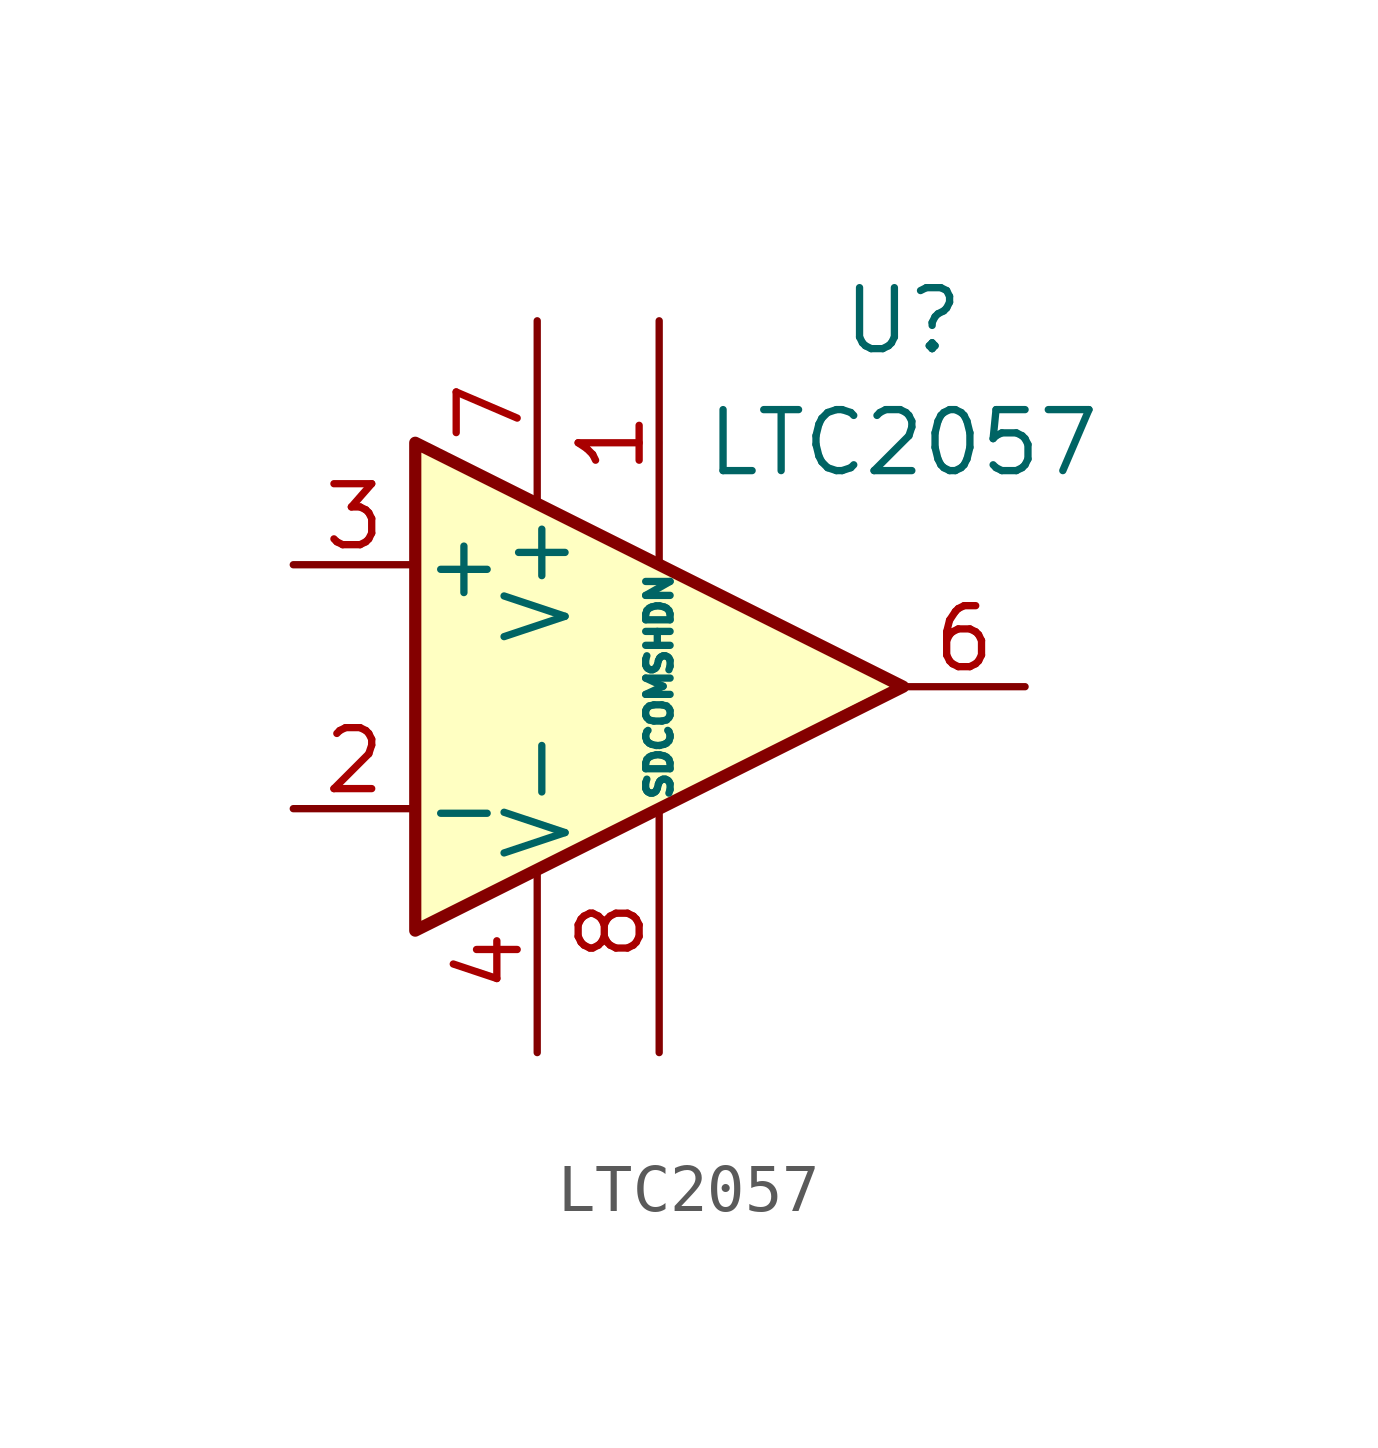
<source format=kicad_sym>
(kicad_symbol_lib
  (version 20211014)
  (generator kicad_symbol_editor)
  (symbol "LTC2057"
    (pin_names
      (offset 0.127))
    (property "Reference" "U"
      (at 5.08 7.62 0)
      (effects (font (size 1.27 1.27))))
    (property "Value" "LTC2057"
      (at 5.08 5.08 0)
      (effects (font (size 1.27 1.27))))
    (symbol "LTC2057_0_1"
      (polyline (pts (xy -5.08 5.08) (xy -5.08 -5.08) (xy 5.08 0) (xy -5.08 5.08)) (stroke (width 0.254) (type default) (color 0 0 0 0)) (fill (type background))))
    (symbol "LTC2057_1_1"
      (pin input line (at 0 7.62 270) (length 5.08) (name "SHDN" (effects (font (size 0.508 0.508)))) (number "1" (effects (font (size 1.27 1.27)))))
      (pin input line (at -7.62 -2.54 0) (length 2.54) (name "-" (effects (font (size 1.27 1.27)))) (number "2" (effects (font (size 1.27 1.27)))))
      (pin input line (at -7.62 2.54 0) (length 2.54) (name "+" (effects (font (size 1.27 1.27)))) (number "3" (effects (font (size 1.27 1.27)))))
      (pin power_in line (at -2.54 -7.62 90) (length 3.81) (name "V-" (effects (font (size 1.27 1.27)))) (number "4" (effects (font (size 1.27 1.27)))))
      (pin output line (at 7.62 0 180) (length 2.54) (name "~" (effects (font (size 1.27 1.27)))) (number "6" (effects (font (size 1.27 1.27)))))
      (pin power_in line (at -2.54 7.62 270) (length 3.81) (name "V+" (effects (font (size 1.27 1.27)))) (number "7" (effects (font (size 1.27 1.27)))))
      (pin input line (at 0 -7.62 90) (length 5.08) (name "SDCOM" (effects (font (size 0.508 0.508)))) (number "8" (effects (font (size 1.27 1.27))))))))
</source>
